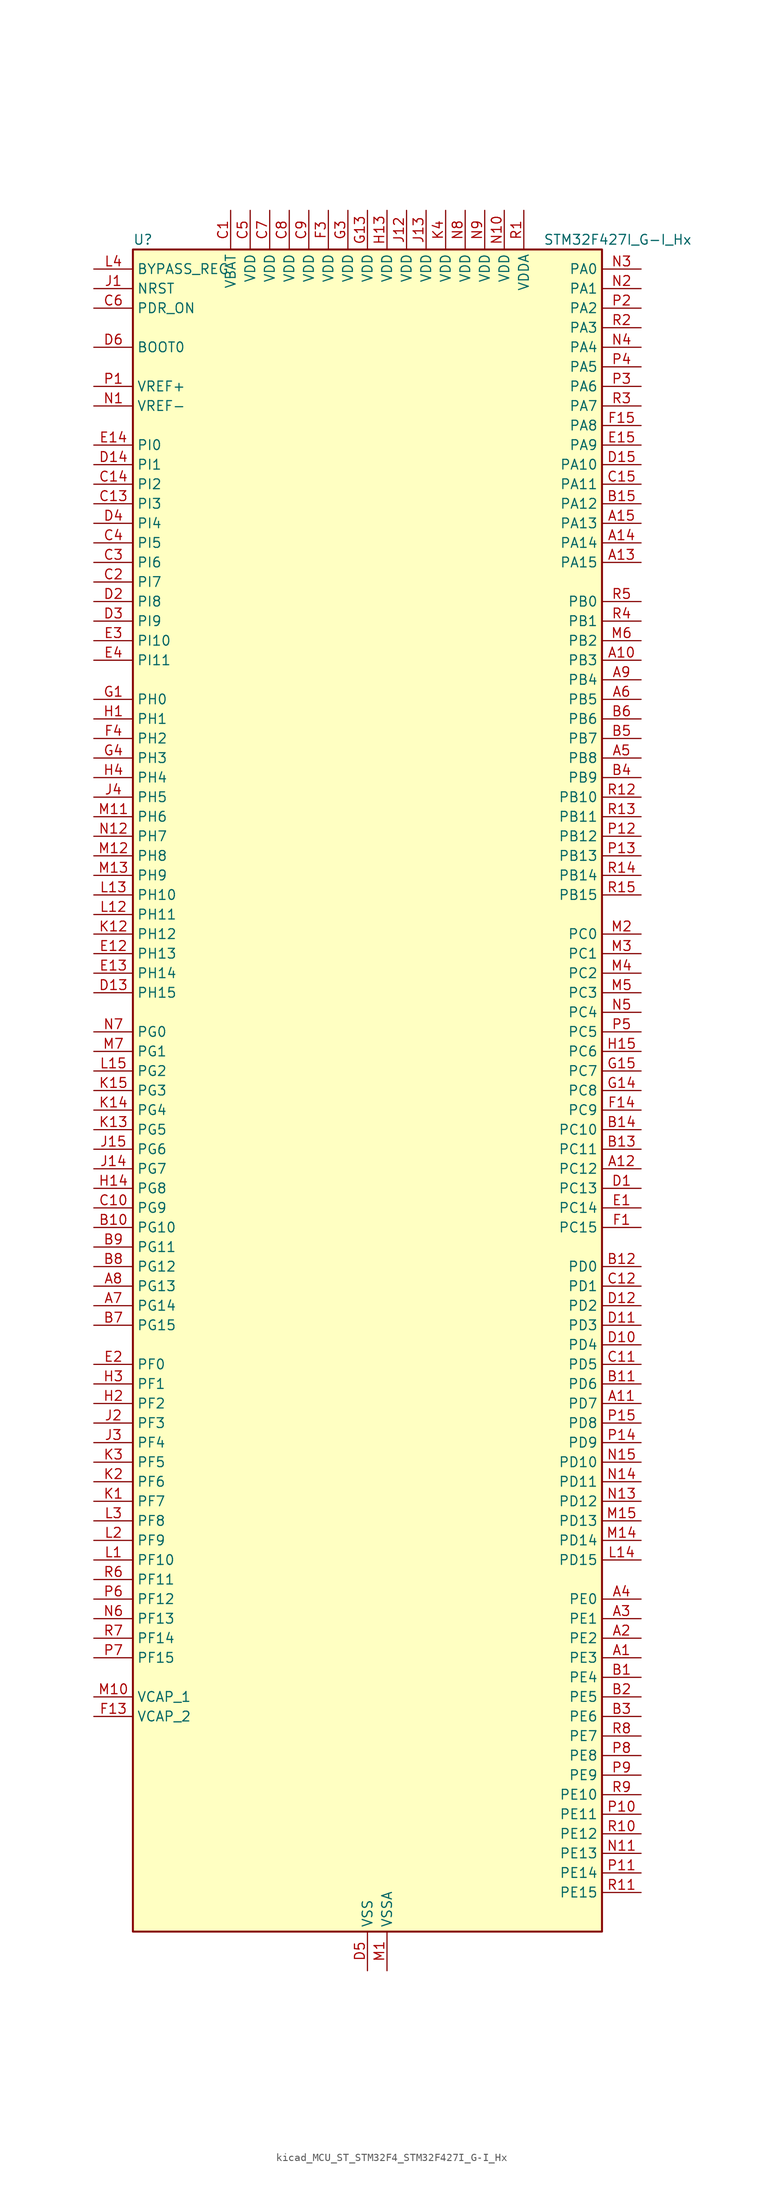
<source format=kicad_sym>
(kicad_symbol_lib
  (version 20220914)
  (generator kicad_symbol_editor)
  (symbol "kicad_MCU_ST_STM32F4_STM32F427I_G-I_Hx"
    (property "Reference" "U"
      (at -30.48 110.49 0)
      (effects (font (size 1.27 1.27)) (justify left)))
    (property "Value" "STM32F427I_G-I_Hx"
      (at 22.86 110.49 0)
      (effects (font (size 1.27 1.27)) (justify left)))
    (property "ki_locked" ""
      (at 0 0 0)
      (effects (font (size 1.27 1.27))))
    (symbol "kicad_MCU_ST_STM32F4_STM32F427I_G-I_Hx_0_1"
      (rectangle (start -30.48 -109.22) (end 30.48 109.22) (stroke (width 0.254) (type default)) (fill (type background))))
    (symbol "kicad_MCU_ST_STM32F4_STM32F427I_G-I_Hx_1_1"
      (pin bidirectional line (at 35.56 -73.66 180) (length 5.08) (name "PE3" (effects (font (size 1.27 1.27)))) (number "A1" (effects (font (size 1.27 1.27)))) (alternate "FMC_A19" bidirectional line) (alternate "SAI1_SD_B" bidirectional line) (alternate "SYS_TRACED0" bidirectional line))
      (pin bidirectional line (at 35.56 55.88 180) (length 5.08) (name "PB3" (effects (font (size 1.27 1.27)))) (number "A10" (effects (font (size 1.27 1.27)))) (alternate "I2S3_CK" bidirectional line) (alternate "SPI1_SCK" bidirectional line) (alternate "SPI3_SCK" bidirectional line) (alternate "SYS_JTDO-SWO" bidirectional line) (alternate "TIM2_CH2" bidirectional line))
      (pin bidirectional line (at 35.56 -40.64 180) (length 5.08) (name "PD7" (effects (font (size 1.27 1.27)))) (number "A11" (effects (font (size 1.27 1.27)))) (alternate "FMC_NCE2" bidirectional line) (alternate "FMC_NE1" bidirectional line) (alternate "USART2_CK" bidirectional line))
      (pin bidirectional line (at 35.56 -10.16 180) (length 5.08) (name "PC12" (effects (font (size 1.27 1.27)))) (number "A12" (effects (font (size 1.27 1.27)))) (alternate "DCMI_D9" bidirectional line) (alternate "I2S3_SD" bidirectional line) (alternate "SDIO_CK" bidirectional line) (alternate "SPI3_MOSI" bidirectional line) (alternate "UART5_TX" bidirectional line) (alternate "USART3_CK" bidirectional line))
      (pin bidirectional line (at 35.56 68.58 180) (length 5.08) (name "PA15" (effects (font (size 1.27 1.27)))) (number "A13" (effects (font (size 1.27 1.27)))) (alternate "ADC1_EXTI15" bidirectional line) (alternate "ADC2_EXTI15" bidirectional line) (alternate "ADC3_EXTI15" bidirectional line) (alternate "I2S3_WS" bidirectional line) (alternate "SPI1_NSS" bidirectional line) (alternate "SPI3_NSS" bidirectional line) (alternate "SYS_JTDI" bidirectional line) (alternate "TIM2_CH1" bidirectional line) (alternate "TIM2_ETR" bidirectional line))
      (pin bidirectional line (at 35.56 71.12 180) (length 5.08) (name "PA14" (effects (font (size 1.27 1.27)))) (number "A14" (effects (font (size 1.27 1.27)))) (alternate "SYS_JTCK-SWCLK" bidirectional line))
      (pin bidirectional line (at 35.56 73.66 180) (length 5.08) (name "PA13" (effects (font (size 1.27 1.27)))) (number "A15" (effects (font (size 1.27 1.27)))) (alternate "SYS_JTMS-SWDIO" bidirectional line))
      (pin bidirectional line (at 35.56 -71.12 180) (length 5.08) (name "PE2" (effects (font (size 1.27 1.27)))) (number "A2" (effects (font (size 1.27 1.27)))) (alternate "ETH_TXD3" bidirectional line) (alternate "FMC_A23" bidirectional line) (alternate "SAI1_MCLK_A" bidirectional line) (alternate "SPI4_SCK" bidirectional line) (alternate "SYS_TRACECLK" bidirectional line))
      (pin bidirectional line (at 35.56 -68.58 180) (length 5.08) (name "PE1" (effects (font (size 1.27 1.27)))) (number "A3" (effects (font (size 1.27 1.27)))) (alternate "DCMI_D3" bidirectional line) (alternate "FMC_NBL1" bidirectional line) (alternate "UART8_TX" bidirectional line))
      (pin bidirectional line (at 35.56 -66.04 180) (length 5.08) (name "PE0" (effects (font (size 1.27 1.27)))) (number "A4" (effects (font (size 1.27 1.27)))) (alternate "DCMI_D2" bidirectional line) (alternate "FMC_NBL0" bidirectional line) (alternate "TIM4_ETR" bidirectional line) (alternate "UART8_RX" bidirectional line))
      (pin bidirectional line (at 35.56 43.18 180) (length 5.08) (name "PB8" (effects (font (size 1.27 1.27)))) (number "A5" (effects (font (size 1.27 1.27)))) (alternate "CAN1_RX" bidirectional line) (alternate "DCMI_D6" bidirectional line) (alternate "ETH_TXD3" bidirectional line) (alternate "I2C1_SCL" bidirectional line) (alternate "SDIO_D4" bidirectional line) (alternate "TIM10_CH1" bidirectional line) (alternate "TIM4_CH3" bidirectional line))
      (pin bidirectional line (at 35.56 50.8 180) (length 5.08) (name "PB5" (effects (font (size 1.27 1.27)))) (number "A6" (effects (font (size 1.27 1.27)))) (alternate "CAN2_RX" bidirectional line) (alternate "DCMI_D10" bidirectional line) (alternate "ETH_PPS_OUT" bidirectional line) (alternate "FMC_SDCKE1" bidirectional line) (alternate "I2C1_SMBA" bidirectional line) (alternate "I2S3_SD" bidirectional line) (alternate "SPI1_MOSI" bidirectional line) (alternate "SPI3_MOSI" bidirectional line) (alternate "TIM3_CH2" bidirectional line) (alternate "USB_OTG_HS_ULPI_D7" bidirectional line))
      (pin bidirectional line (at -35.56 -27.94 0) (length 5.08) (name "PG14" (effects (font (size 1.27 1.27)))) (number "A7" (effects (font (size 1.27 1.27)))) (alternate "ETH_TXD1" bidirectional line) (alternate "FMC_A25" bidirectional line) (alternate "SPI6_MOSI" bidirectional line) (alternate "USART6_TX" bidirectional line))
      (pin bidirectional line (at -35.56 -25.4 0) (length 5.08) (name "PG13" (effects (font (size 1.27 1.27)))) (number "A8" (effects (font (size 1.27 1.27)))) (alternate "ETH_TXD0" bidirectional line) (alternate "FMC_A24" bidirectional line) (alternate "SPI6_SCK" bidirectional line) (alternate "USART6_CTS" bidirectional line))
      (pin bidirectional line (at 35.56 53.34 180) (length 5.08) (name "PB4" (effects (font (size 1.27 1.27)))) (number "A9" (effects (font (size 1.27 1.27)))) (alternate "I2S3_ext_SD" bidirectional line) (alternate "SPI1_MISO" bidirectional line) (alternate "SPI3_MISO" bidirectional line) (alternate "SYS_JTRST" bidirectional line) (alternate "TIM3_CH1" bidirectional line))
      (pin bidirectional line (at 35.56 -76.2 180) (length 5.08) (name "PE4" (effects (font (size 1.27 1.27)))) (number "B1" (effects (font (size 1.27 1.27)))) (alternate "DCMI_D4" bidirectional line) (alternate "FMC_A20" bidirectional line) (alternate "SAI1_FS_A" bidirectional line) (alternate "SPI4_NSS" bidirectional line) (alternate "SYS_TRACED1" bidirectional line))
      (pin bidirectional line (at -35.56 -17.78 0) (length 5.08) (name "PG10" (effects (font (size 1.27 1.27)))) (number "B10" (effects (font (size 1.27 1.27)))) (alternate "DCMI_D2" bidirectional line) (alternate "FMC_NCE4_1" bidirectional line) (alternate "FMC_NE3" bidirectional line))
      (pin bidirectional line (at 35.56 -38.1 180) (length 5.08) (name "PD6" (effects (font (size 1.27 1.27)))) (number "B11" (effects (font (size 1.27 1.27)))) (alternate "DCMI_D10" bidirectional line) (alternate "FMC_NWAIT" bidirectional line) (alternate "I2S3_SD" bidirectional line) (alternate "SAI1_SD_A" bidirectional line) (alternate "SPI3_MOSI" bidirectional line) (alternate "USART2_RX" bidirectional line))
      (pin bidirectional line (at 35.56 -22.86 180) (length 5.08) (name "PD0" (effects (font (size 1.27 1.27)))) (number "B12" (effects (font (size 1.27 1.27)))) (alternate "CAN1_RX" bidirectional line) (alternate "FMC_D2" bidirectional line) (alternate "FMC_DA2" bidirectional line))
      (pin bidirectional line (at 35.56 -7.62 180) (length 5.08) (name "PC11" (effects (font (size 1.27 1.27)))) (number "B13" (effects (font (size 1.27 1.27)))) (alternate "ADC1_EXTI11" bidirectional line) (alternate "ADC2_EXTI11" bidirectional line) (alternate "ADC3_EXTI11" bidirectional line) (alternate "DCMI_D4" bidirectional line) (alternate "I2S3_ext_SD" bidirectional line) (alternate "SDIO_D3" bidirectional line) (alternate "SPI3_MISO" bidirectional line) (alternate "UART4_RX" bidirectional line) (alternate "USART3_RX" bidirectional line))
      (pin bidirectional line (at 35.56 -5.08 180) (length 5.08) (name "PC10" (effects (font (size 1.27 1.27)))) (number "B14" (effects (font (size 1.27 1.27)))) (alternate "DCMI_D8" bidirectional line) (alternate "I2S3_CK" bidirectional line) (alternate "SDIO_D2" bidirectional line) (alternate "SPI3_SCK" bidirectional line) (alternate "UART4_TX" bidirectional line) (alternate "USART3_TX" bidirectional line))
      (pin bidirectional line (at 35.56 76.2 180) (length 5.08) (name "PA12" (effects (font (size 1.27 1.27)))) (number "B15" (effects (font (size 1.27 1.27)))) (alternate "CAN1_TX" bidirectional line) (alternate "TIM1_ETR" bidirectional line) (alternate "USART1_RTS" bidirectional line) (alternate "USB_OTG_FS_DP" bidirectional line))
      (pin bidirectional line (at 35.56 -78.74 180) (length 5.08) (name "PE5" (effects (font (size 1.27 1.27)))) (number "B2" (effects (font (size 1.27 1.27)))) (alternate "DCMI_D6" bidirectional line) (alternate "FMC_A21" bidirectional line) (alternate "SAI1_SCK_A" bidirectional line) (alternate "SPI4_MISO" bidirectional line) (alternate "SYS_TRACED2" bidirectional line) (alternate "TIM9_CH1" bidirectional line))
      (pin bidirectional line (at 35.56 -81.28 180) (length 5.08) (name "PE6" (effects (font (size 1.27 1.27)))) (number "B3" (effects (font (size 1.27 1.27)))) (alternate "DCMI_D7" bidirectional line) (alternate "FMC_A22" bidirectional line) (alternate "SAI1_SD_A" bidirectional line) (alternate "SPI4_MOSI" bidirectional line) (alternate "SYS_TRACED3" bidirectional line) (alternate "TIM9_CH2" bidirectional line))
      (pin bidirectional line (at 35.56 40.64 180) (length 5.08) (name "PB9" (effects (font (size 1.27 1.27)))) (number "B4" (effects (font (size 1.27 1.27)))) (alternate "CAN1_TX" bidirectional line) (alternate "DAC_EXTI9" bidirectional line) (alternate "DCMI_D7" bidirectional line) (alternate "I2C1_SDA" bidirectional line) (alternate "I2S2_WS" bidirectional line) (alternate "SDIO_D5" bidirectional line) (alternate "SPI2_NSS" bidirectional line) (alternate "TIM11_CH1" bidirectional line) (alternate "TIM4_CH4" bidirectional line))
      (pin bidirectional line (at 35.56 45.72 180) (length 5.08) (name "PB7" (effects (font (size 1.27 1.27)))) (number "B5" (effects (font (size 1.27 1.27)))) (alternate "DCMI_VSYNC" bidirectional line) (alternate "FMC_NL" bidirectional line) (alternate "I2C1_SDA" bidirectional line) (alternate "TIM4_CH2" bidirectional line) (alternate "USART1_RX" bidirectional line))
      (pin bidirectional line (at 35.56 48.26 180) (length 5.08) (name "PB6" (effects (font (size 1.27 1.27)))) (number "B6" (effects (font (size 1.27 1.27)))) (alternate "CAN2_TX" bidirectional line) (alternate "DCMI_D5" bidirectional line) (alternate "FMC_SDNE1" bidirectional line) (alternate "I2C1_SCL" bidirectional line) (alternate "TIM4_CH1" bidirectional line) (alternate "USART1_TX" bidirectional line))
      (pin bidirectional line (at -35.56 -30.48 0) (length 5.08) (name "PG15" (effects (font (size 1.27 1.27)))) (number "B7" (effects (font (size 1.27 1.27)))) (alternate "ADC1_EXTI15" bidirectional line) (alternate "ADC2_EXTI15" bidirectional line) (alternate "ADC3_EXTI15" bidirectional line) (alternate "DCMI_D13" bidirectional line) (alternate "FMC_SDNCAS" bidirectional line) (alternate "USART6_CTS" bidirectional line))
      (pin bidirectional line (at -35.56 -22.86 0) (length 5.08) (name "PG12" (effects (font (size 1.27 1.27)))) (number "B8" (effects (font (size 1.27 1.27)))) (alternate "FMC_NE4" bidirectional line) (alternate "SPI6_MISO" bidirectional line) (alternate "USART6_RTS" bidirectional line))
      (pin bidirectional line (at -35.56 -20.32 0) (length 5.08) (name "PG11" (effects (font (size 1.27 1.27)))) (number "B9" (effects (font (size 1.27 1.27)))) (alternate "ADC1_EXTI11" bidirectional line) (alternate "ADC2_EXTI11" bidirectional line) (alternate "ADC3_EXTI11" bidirectional line) (alternate "DCMI_D3" bidirectional line) (alternate "ETH_TX_EN" bidirectional line) (alternate "FMC_NCE4_2" bidirectional line))
      (pin power_in line (at -17.78 114.3 270) (length 5.08) (name "VBAT" (effects (font (size 1.27 1.27)))) (number "C1" (effects (font (size 1.27 1.27)))))
      (pin bidirectional line (at -35.56 -15.24 0) (length 5.08) (name "PG9" (effects (font (size 1.27 1.27)))) (number "C10" (effects (font (size 1.27 1.27)))) (alternate "DAC_EXTI9" bidirectional line) (alternate "DCMI_VSYNC" bidirectional line) (alternate "FMC_NCE3" bidirectional line) (alternate "FMC_NE2" bidirectional line) (alternate "USART6_RX" bidirectional line))
      (pin bidirectional line (at 35.56 -35.56 180) (length 5.08) (name "PD5" (effects (font (size 1.27 1.27)))) (number "C11" (effects (font (size 1.27 1.27)))) (alternate "FMC_NWE" bidirectional line) (alternate "USART2_TX" bidirectional line))
      (pin bidirectional line (at 35.56 -25.4 180) (length 5.08) (name "PD1" (effects (font (size 1.27 1.27)))) (number "C12" (effects (font (size 1.27 1.27)))) (alternate "CAN1_TX" bidirectional line) (alternate "FMC_D3" bidirectional line) (alternate "FMC_DA3" bidirectional line))
      (pin bidirectional line (at -35.56 76.2 0) (length 5.08) (name "PI3" (effects (font (size 1.27 1.27)))) (number "C13" (effects (font (size 1.27 1.27)))) (alternate "DCMI_D10" bidirectional line) (alternate "FMC_D27" bidirectional line) (alternate "I2S2_SD" bidirectional line) (alternate "SPI2_MOSI" bidirectional line) (alternate "TIM8_ETR" bidirectional line))
      (pin bidirectional line (at -35.56 78.74 0) (length 5.08) (name "PI2" (effects (font (size 1.27 1.27)))) (number "C14" (effects (font (size 1.27 1.27)))) (alternate "DCMI_D9" bidirectional line) (alternate "FMC_D26" bidirectional line) (alternate "I2S2_ext_SD" bidirectional line) (alternate "SPI2_MISO" bidirectional line) (alternate "TIM8_CH4" bidirectional line))
      (pin bidirectional line (at 35.56 78.74 180) (length 5.08) (name "PA11" (effects (font (size 1.27 1.27)))) (number "C15" (effects (font (size 1.27 1.27)))) (alternate "ADC1_EXTI11" bidirectional line) (alternate "ADC2_EXTI11" bidirectional line) (alternate "ADC3_EXTI11" bidirectional line) (alternate "CAN1_RX" bidirectional line) (alternate "TIM1_CH4" bidirectional line) (alternate "USART1_CTS" bidirectional line) (alternate "USB_OTG_FS_DM" bidirectional line))
      (pin bidirectional line (at -35.56 66.04 0) (length 5.08) (name "PI7" (effects (font (size 1.27 1.27)))) (number "C2" (effects (font (size 1.27 1.27)))) (alternate "DCMI_D7" bidirectional line) (alternate "FMC_D29" bidirectional line) (alternate "TIM8_CH3" bidirectional line))
      (pin bidirectional line (at -35.56 68.58 0) (length 5.08) (name "PI6" (effects (font (size 1.27 1.27)))) (number "C3" (effects (font (size 1.27 1.27)))) (alternate "DCMI_D6" bidirectional line) (alternate "FMC_D28" bidirectional line) (alternate "TIM8_CH2" bidirectional line))
      (pin bidirectional line (at -35.56 71.12 0) (length 5.08) (name "PI5" (effects (font (size 1.27 1.27)))) (number "C4" (effects (font (size 1.27 1.27)))) (alternate "DCMI_VSYNC" bidirectional line) (alternate "FMC_NBL3" bidirectional line) (alternate "TIM8_CH1" bidirectional line))
      (pin power_in line (at -15.24 114.3 270) (length 5.08) (name "VDD" (effects (font (size 1.27 1.27)))) (number "C5" (effects (font (size 1.27 1.27)))))
      (pin input line (at -35.56 101.6 0) (length 5.08) (name "PDR_ON" (effects (font (size 1.27 1.27)))) (number "C6" (effects (font (size 1.27 1.27)))))
      (pin power_in line (at -12.7 114.3 270) (length 5.08) (name "VDD" (effects (font (size 1.27 1.27)))) (number "C7" (effects (font (size 1.27 1.27)))))
      (pin power_in line (at -10.16 114.3 270) (length 5.08) (name "VDD" (effects (font (size 1.27 1.27)))) (number "C8" (effects (font (size 1.27 1.27)))))
      (pin power_in line (at -7.62 114.3 270) (length 5.08) (name "VDD" (effects (font (size 1.27 1.27)))) (number "C9" (effects (font (size 1.27 1.27)))))
      (pin bidirectional line (at 35.56 -12.7 180) (length 5.08) (name "PC13" (effects (font (size 1.27 1.27)))) (number "D1" (effects (font (size 1.27 1.27)))) (alternate "RTC_AF1" bidirectional line))
      (pin bidirectional line (at 35.56 -33.02 180) (length 5.08) (name "PD4" (effects (font (size 1.27 1.27)))) (number "D10" (effects (font (size 1.27 1.27)))) (alternate "FMC_NOE" bidirectional line) (alternate "USART2_RTS" bidirectional line))
      (pin bidirectional line (at 35.56 -30.48 180) (length 5.08) (name "PD3" (effects (font (size 1.27 1.27)))) (number "D11" (effects (font (size 1.27 1.27)))) (alternate "DCMI_D5" bidirectional line) (alternate "FMC_CLK" bidirectional line) (alternate "I2S2_CK" bidirectional line) (alternate "SPI2_SCK" bidirectional line) (alternate "USART2_CTS" bidirectional line))
      (pin bidirectional line (at 35.56 -27.94 180) (length 5.08) (name "PD2" (effects (font (size 1.27 1.27)))) (number "D12" (effects (font (size 1.27 1.27)))) (alternate "DCMI_D11" bidirectional line) (alternate "SDIO_CMD" bidirectional line) (alternate "TIM3_ETR" bidirectional line) (alternate "UART5_RX" bidirectional line))
      (pin bidirectional line (at -35.56 12.7 0) (length 5.08) (name "PH15" (effects (font (size 1.27 1.27)))) (number "D13" (effects (font (size 1.27 1.27)))) (alternate "ADC1_EXTI15" bidirectional line) (alternate "ADC2_EXTI15" bidirectional line) (alternate "ADC3_EXTI15" bidirectional line) (alternate "DCMI_D11" bidirectional line) (alternate "FMC_D23" bidirectional line) (alternate "TIM8_CH3N" bidirectional line))
      (pin bidirectional line (at -35.56 81.28 0) (length 5.08) (name "PI1" (effects (font (size 1.27 1.27)))) (number "D14" (effects (font (size 1.27 1.27)))) (alternate "DCMI_D8" bidirectional line) (alternate "FMC_D25" bidirectional line) (alternate "I2S2_CK" bidirectional line) (alternate "SPI2_SCK" bidirectional line))
      (pin bidirectional line (at 35.56 81.28 180) (length 5.08) (name "PA10" (effects (font (size 1.27 1.27)))) (number "D15" (effects (font (size 1.27 1.27)))) (alternate "DCMI_D1" bidirectional line) (alternate "TIM1_CH3" bidirectional line) (alternate "USART1_RX" bidirectional line) (alternate "USB_OTG_FS_ID" bidirectional line))
      (pin bidirectional line (at -35.56 63.5 0) (length 5.08) (name "PI8" (effects (font (size 1.27 1.27)))) (number "D2" (effects (font (size 1.27 1.27)))) (alternate "RTC_AF2" bidirectional line))
      (pin bidirectional line (at -35.56 60.96 0) (length 5.08) (name "PI9" (effects (font (size 1.27 1.27)))) (number "D3" (effects (font (size 1.27 1.27)))) (alternate "CAN1_RX" bidirectional line) (alternate "DAC_EXTI9" bidirectional line) (alternate "FMC_D30" bidirectional line))
      (pin bidirectional line (at -35.56 73.66 0) (length 5.08) (name "PI4" (effects (font (size 1.27 1.27)))) (number "D4" (effects (font (size 1.27 1.27)))) (alternate "DCMI_D5" bidirectional line) (alternate "FMC_NBL2" bidirectional line) (alternate "TIM8_BKIN" bidirectional line))
      (pin power_in line (at 0 -114.3 90) (length 5.08) (name "VSS" (effects (font (size 1.27 1.27)))) (number "D5" (effects (font (size 1.27 1.27)))))
      (pin input line (at -35.56 96.52 0) (length 5.08) (name "BOOT0" (effects (font (size 1.27 1.27)))) (number "D6" (effects (font (size 1.27 1.27)))))
      (pin passive line (at 0 -114.3 90) (length 5.08) hide (name "VSS" (effects (font (size 1.27 1.27)))) (number "D7" (effects (font (size 1.27 1.27)))))
      (pin passive line (at 0 -114.3 90) (length 5.08) hide (name "VSS" (effects (font (size 1.27 1.27)))) (number "D8" (effects (font (size 1.27 1.27)))))
      (pin passive line (at 0 -114.3 90) (length 5.08) hide (name "VSS" (effects (font (size 1.27 1.27)))) (number "D9" (effects (font (size 1.27 1.27)))))
      (pin bidirectional line (at 35.56 -15.24 180) (length 5.08) (name "PC14" (effects (font (size 1.27 1.27)))) (number "E1" (effects (font (size 1.27 1.27)))) (alternate "RCC_OSC32_IN" bidirectional line))
      (pin bidirectional line (at -35.56 17.78 0) (length 5.08) (name "PH13" (effects (font (size 1.27 1.27)))) (number "E12" (effects (font (size 1.27 1.27)))) (alternate "CAN1_TX" bidirectional line) (alternate "FMC_D21" bidirectional line) (alternate "TIM8_CH1N" bidirectional line))
      (pin bidirectional line (at -35.56 15.24 0) (length 5.08) (name "PH14" (effects (font (size 1.27 1.27)))) (number "E13" (effects (font (size 1.27 1.27)))) (alternate "DCMI_D4" bidirectional line) (alternate "FMC_D22" bidirectional line) (alternate "TIM8_CH2N" bidirectional line))
      (pin bidirectional line (at -35.56 83.82 0) (length 5.08) (name "PI0" (effects (font (size 1.27 1.27)))) (number "E14" (effects (font (size 1.27 1.27)))) (alternate "DCMI_D13" bidirectional line) (alternate "FMC_D24" bidirectional line) (alternate "I2S2_WS" bidirectional line) (alternate "SPI2_NSS" bidirectional line) (alternate "TIM5_CH4" bidirectional line))
      (pin bidirectional line (at 35.56 83.82 180) (length 5.08) (name "PA9" (effects (font (size 1.27 1.27)))) (number "E15" (effects (font (size 1.27 1.27)))) (alternate "DAC_EXTI9" bidirectional line) (alternate "DCMI_D0" bidirectional line) (alternate "I2C3_SMBA" bidirectional line) (alternate "TIM1_CH2" bidirectional line) (alternate "USART1_TX" bidirectional line) (alternate "USB_OTG_FS_VBUS" bidirectional line))
      (pin bidirectional line (at -35.56 -35.56 0) (length 5.08) (name "PF0" (effects (font (size 1.27 1.27)))) (number "E2" (effects (font (size 1.27 1.27)))) (alternate "FMC_A0" bidirectional line) (alternate "I2C2_SDA" bidirectional line))
      (pin bidirectional line (at -35.56 58.42 0) (length 5.08) (name "PI10" (effects (font (size 1.27 1.27)))) (number "E3" (effects (font (size 1.27 1.27)))) (alternate "ETH_RX_ER" bidirectional line) (alternate "FMC_D31" bidirectional line))
      (pin bidirectional line (at -35.56 55.88 0) (length 5.08) (name "PI11" (effects (font (size 1.27 1.27)))) (number "E4" (effects (font (size 1.27 1.27)))) (alternate "ADC1_EXTI11" bidirectional line) (alternate "ADC2_EXTI11" bidirectional line) (alternate "ADC3_EXTI11" bidirectional line) (alternate "USB_OTG_HS_ULPI_DIR" bidirectional line))
      (pin bidirectional line (at 35.56 -17.78 180) (length 5.08) (name "PC15" (effects (font (size 1.27 1.27)))) (number "F1" (effects (font (size 1.27 1.27)))) (alternate "ADC1_EXTI15" bidirectional line) (alternate "ADC2_EXTI15" bidirectional line) (alternate "ADC3_EXTI15" bidirectional line) (alternate "RCC_OSC32_OUT" bidirectional line))
      (pin passive line (at 0 -114.3 90) (length 5.08) hide (name "VSS" (effects (font (size 1.27 1.27)))) (number "F10" (effects (font (size 1.27 1.27)))))
      (pin passive line (at 0 -114.3 90) (length 5.08) hide (name "VSS" (effects (font (size 1.27 1.27)))) (number "F12" (effects (font (size 1.27 1.27)))))
      (pin power_out line (at -35.56 -81.28 0) (length 5.08) (name "VCAP_2" (effects (font (size 1.27 1.27)))) (number "F13" (effects (font (size 1.27 1.27)))))
      (pin bidirectional line (at 35.56 -2.54 180) (length 5.08) (name "PC9" (effects (font (size 1.27 1.27)))) (number "F14" (effects (font (size 1.27 1.27)))) (alternate "DAC_EXTI9" bidirectional line) (alternate "DCMI_D3" bidirectional line) (alternate "I2C3_SDA" bidirectional line) (alternate "I2S_CKIN" bidirectional line) (alternate "RCC_MCO_2" bidirectional line) (alternate "SDIO_D1" bidirectional line) (alternate "TIM3_CH4" bidirectional line) (alternate "TIM8_CH4" bidirectional line))
      (pin bidirectional line (at 35.56 86.36 180) (length 5.08) (name "PA8" (effects (font (size 1.27 1.27)))) (number "F15" (effects (font (size 1.27 1.27)))) (alternate "I2C3_SCL" bidirectional line) (alternate "RCC_MCO_1" bidirectional line) (alternate "TIM1_CH1" bidirectional line) (alternate "USART1_CK" bidirectional line) (alternate "USB_OTG_FS_SOF" bidirectional line))
      (pin passive line (at 0 -114.3 90) (length 5.08) hide (name "VSS" (effects (font (size 1.27 1.27)))) (number "F2" (effects (font (size 1.27 1.27)))))
      (pin power_in line (at -5.08 114.3 270) (length 5.08) (name "VDD" (effects (font (size 1.27 1.27)))) (number "F3" (effects (font (size 1.27 1.27)))))
      (pin bidirectional line (at -35.56 45.72 0) (length 5.08) (name "PH2" (effects (font (size 1.27 1.27)))) (number "F4" (effects (font (size 1.27 1.27)))) (alternate "ETH_CRS" bidirectional line) (alternate "FMC_SDCKE0" bidirectional line))
      (pin passive line (at 0 -114.3 90) (length 5.08) hide (name "VSS" (effects (font (size 1.27 1.27)))) (number "F6" (effects (font (size 1.27 1.27)))))
      (pin passive line (at 0 -114.3 90) (length 5.08) hide (name "VSS" (effects (font (size 1.27 1.27)))) (number "F7" (effects (font (size 1.27 1.27)))))
      (pin passive line (at 0 -114.3 90) (length 5.08) hide (name "VSS" (effects (font (size 1.27 1.27)))) (number "F8" (effects (font (size 1.27 1.27)))))
      (pin passive line (at 0 -114.3 90) (length 5.08) hide (name "VSS" (effects (font (size 1.27 1.27)))) (number "F9" (effects (font (size 1.27 1.27)))))
      (pin bidirectional line (at -35.56 50.8 0) (length 5.08) (name "PH0" (effects (font (size 1.27 1.27)))) (number "G1" (effects (font (size 1.27 1.27)))) (alternate "RCC_OSC_IN" bidirectional line))
      (pin passive line (at 0 -114.3 90) (length 5.08) hide (name "VSS" (effects (font (size 1.27 1.27)))) (number "G10" (effects (font (size 1.27 1.27)))))
      (pin passive line (at 0 -114.3 90) (length 5.08) hide (name "VSS" (effects (font (size 1.27 1.27)))) (number "G12" (effects (font (size 1.27 1.27)))))
      (pin power_in line (at 0 114.3 270) (length 5.08) (name "VDD" (effects (font (size 1.27 1.27)))) (number "G13" (effects (font (size 1.27 1.27)))))
      (pin bidirectional line (at 35.56 0 180) (length 5.08) (name "PC8" (effects (font (size 1.27 1.27)))) (number "G14" (effects (font (size 1.27 1.27)))) (alternate "DCMI_D2" bidirectional line) (alternate "SDIO_D0" bidirectional line) (alternate "TIM3_CH3" bidirectional line) (alternate "TIM8_CH3" bidirectional line) (alternate "USART6_CK" bidirectional line))
      (pin bidirectional line (at 35.56 2.54 180) (length 5.08) (name "PC7" (effects (font (size 1.27 1.27)))) (number "G15" (effects (font (size 1.27 1.27)))) (alternate "DCMI_D1" bidirectional line) (alternate "I2S3_MCK" bidirectional line) (alternate "SDIO_D7" bidirectional line) (alternate "TIM3_CH2" bidirectional line) (alternate "TIM8_CH2" bidirectional line) (alternate "USART6_RX" bidirectional line))
      (pin passive line (at 0 -114.3 90) (length 5.08) hide (name "VSS" (effects (font (size 1.27 1.27)))) (number "G2" (effects (font (size 1.27 1.27)))))
      (pin power_in line (at -2.54 114.3 270) (length 5.08) (name "VDD" (effects (font (size 1.27 1.27)))) (number "G3" (effects (font (size 1.27 1.27)))))
      (pin bidirectional line (at -35.56 43.18 0) (length 5.08) (name "PH3" (effects (font (size 1.27 1.27)))) (number "G4" (effects (font (size 1.27 1.27)))) (alternate "ETH_COL" bidirectional line) (alternate "FMC_SDNE0" bidirectional line))
      (pin passive line (at 0 -114.3 90) (length 5.08) hide (name "VSS" (effects (font (size 1.27 1.27)))) (number "G6" (effects (font (size 1.27 1.27)))))
      (pin passive line (at 0 -114.3 90) (length 5.08) hide (name "VSS" (effects (font (size 1.27 1.27)))) (number "G7" (effects (font (size 1.27 1.27)))))
      (pin passive line (at 0 -114.3 90) (length 5.08) hide (name "VSS" (effects (font (size 1.27 1.27)))) (number "G8" (effects (font (size 1.27 1.27)))))
      (pin passive line (at 0 -114.3 90) (length 5.08) hide (name "VSS" (effects (font (size 1.27 1.27)))) (number "G9" (effects (font (size 1.27 1.27)))))
      (pin bidirectional line (at -35.56 48.26 0) (length 5.08) (name "PH1" (effects (font (size 1.27 1.27)))) (number "H1" (effects (font (size 1.27 1.27)))) (alternate "RCC_OSC_OUT" bidirectional line))
      (pin passive line (at 0 -114.3 90) (length 5.08) hide (name "VSS" (effects (font (size 1.27 1.27)))) (number "H10" (effects (font (size 1.27 1.27)))))
      (pin passive line (at 0 -114.3 90) (length 5.08) hide (name "VSS" (effects (font (size 1.27 1.27)))) (number "H12" (effects (font (size 1.27 1.27)))))
      (pin power_in line (at 2.54 114.3 270) (length 5.08) (name "VDD" (effects (font (size 1.27 1.27)))) (number "H13" (effects (font (size 1.27 1.27)))))
      (pin bidirectional line (at -35.56 -12.7 0) (length 5.08) (name "PG8" (effects (font (size 1.27 1.27)))) (number "H14" (effects (font (size 1.27 1.27)))) (alternate "ETH_PPS_OUT" bidirectional line) (alternate "FMC_SDCLK" bidirectional line) (alternate "SPI6_NSS" bidirectional line) (alternate "USART6_RTS" bidirectional line))
      (pin bidirectional line (at 35.56 5.08 180) (length 5.08) (name "PC6" (effects (font (size 1.27 1.27)))) (number "H15" (effects (font (size 1.27 1.27)))) (alternate "DCMI_D0" bidirectional line) (alternate "I2S2_MCK" bidirectional line) (alternate "SDIO_D6" bidirectional line) (alternate "TIM3_CH1" bidirectional line) (alternate "TIM8_CH1" bidirectional line) (alternate "USART6_TX" bidirectional line))
      (pin bidirectional line (at -35.56 -40.64 0) (length 5.08) (name "PF2" (effects (font (size 1.27 1.27)))) (number "H2" (effects (font (size 1.27 1.27)))) (alternate "FMC_A2" bidirectional line) (alternate "I2C2_SMBA" bidirectional line))
      (pin bidirectional line (at -35.56 -38.1 0) (length 5.08) (name "PF1" (effects (font (size 1.27 1.27)))) (number "H3" (effects (font (size 1.27 1.27)))) (alternate "FMC_A1" bidirectional line) (alternate "I2C2_SCL" bidirectional line))
      (pin bidirectional line (at -35.56 40.64 0) (length 5.08) (name "PH4" (effects (font (size 1.27 1.27)))) (number "H4" (effects (font (size 1.27 1.27)))) (alternate "I2C2_SCL" bidirectional line) (alternate "USB_OTG_HS_ULPI_NXT" bidirectional line))
      (pin passive line (at 0 -114.3 90) (length 5.08) hide (name "VSS" (effects (font (size 1.27 1.27)))) (number "H6" (effects (font (size 1.27 1.27)))))
      (pin passive line (at 0 -114.3 90) (length 5.08) hide (name "VSS" (effects (font (size 1.27 1.27)))) (number "H7" (effects (font (size 1.27 1.27)))))
      (pin passive line (at 0 -114.3 90) (length 5.08) hide (name "VSS" (effects (font (size 1.27 1.27)))) (number "H8" (effects (font (size 1.27 1.27)))))
      (pin passive line (at 0 -114.3 90) (length 5.08) hide (name "VSS" (effects (font (size 1.27 1.27)))) (number "H9" (effects (font (size 1.27 1.27)))))
      (pin input line (at -35.56 104.14 0) (length 5.08) (name "NRST" (effects (font (size 1.27 1.27)))) (number "J1" (effects (font (size 1.27 1.27)))))
      (pin passive line (at 0 -114.3 90) (length 5.08) hide (name "VSS" (effects (font (size 1.27 1.27)))) (number "J10" (effects (font (size 1.27 1.27)))))
      (pin power_in line (at 5.08 114.3 270) (length 5.08) (name "VDD" (effects (font (size 1.27 1.27)))) (number "J12" (effects (font (size 1.27 1.27)))))
      (pin power_in line (at 7.62 114.3 270) (length 5.08) (name "VDD" (effects (font (size 1.27 1.27)))) (number "J13" (effects (font (size 1.27 1.27)))))
      (pin bidirectional line (at -35.56 -10.16 0) (length 5.08) (name "PG7" (effects (font (size 1.27 1.27)))) (number "J14" (effects (font (size 1.27 1.27)))) (alternate "DCMI_D13" bidirectional line) (alternate "FMC_INT3" bidirectional line) (alternate "USART6_CK" bidirectional line))
      (pin bidirectional line (at -35.56 -7.62 0) (length 5.08) (name "PG6" (effects (font (size 1.27 1.27)))) (number "J15" (effects (font (size 1.27 1.27)))) (alternate "DCMI_D12" bidirectional line) (alternate "FMC_INT2" bidirectional line))
      (pin bidirectional line (at -35.56 -43.18 0) (length 5.08) (name "PF3" (effects (font (size 1.27 1.27)))) (number "J2" (effects (font (size 1.27 1.27)))) (alternate "ADC3_IN9" bidirectional line) (alternate "FMC_A3" bidirectional line))
      (pin bidirectional line (at -35.56 -45.72 0) (length 5.08) (name "PF4" (effects (font (size 1.27 1.27)))) (number "J3" (effects (font (size 1.27 1.27)))) (alternate "ADC3_IN14" bidirectional line) (alternate "FMC_A4" bidirectional line))
      (pin bidirectional line (at -35.56 38.1 0) (length 5.08) (name "PH5" (effects (font (size 1.27 1.27)))) (number "J4" (effects (font (size 1.27 1.27)))) (alternate "FMC_SDNWE" bidirectional line) (alternate "I2C2_SDA" bidirectional line) (alternate "SPI5_NSS" bidirectional line))
      (pin passive line (at 0 -114.3 90) (length 5.08) hide (name "VSS" (effects (font (size 1.27 1.27)))) (number "J6" (effects (font (size 1.27 1.27)))))
      (pin passive line (at 0 -114.3 90) (length 5.08) hide (name "VSS" (effects (font (size 1.27 1.27)))) (number "J7" (effects (font (size 1.27 1.27)))))
      (pin passive line (at 0 -114.3 90) (length 5.08) hide (name "VSS" (effects (font (size 1.27 1.27)))) (number "J8" (effects (font (size 1.27 1.27)))))
      (pin passive line (at 0 -114.3 90) (length 5.08) hide (name "VSS" (effects (font (size 1.27 1.27)))) (number "J9" (effects (font (size 1.27 1.27)))))
      (pin bidirectional line (at -35.56 -53.34 0) (length 5.08) (name "PF7" (effects (font (size 1.27 1.27)))) (number "K1" (effects (font (size 1.27 1.27)))) (alternate "ADC3_IN5" bidirectional line) (alternate "FMC_NREG" bidirectional line) (alternate "SAI1_MCLK_B" bidirectional line) (alternate "SPI5_SCK" bidirectional line) (alternate "TIM11_CH1" bidirectional line) (alternate "UART7_TX" bidirectional line))
      (pin passive line (at 0 -114.3 90) (length 5.08) hide (name "VSS" (effects (font (size 1.27 1.27)))) (number "K10" (effects (font (size 1.27 1.27)))))
      (pin bidirectional line (at -35.56 20.32 0) (length 5.08) (name "PH12" (effects (font (size 1.27 1.27)))) (number "K12" (effects (font (size 1.27 1.27)))) (alternate "DCMI_D3" bidirectional line) (alternate "FMC_D20" bidirectional line) (alternate "TIM5_CH3" bidirectional line))
      (pin bidirectional line (at -35.56 -5.08 0) (length 5.08) (name "PG5" (effects (font (size 1.27 1.27)))) (number "K13" (effects (font (size 1.27 1.27)))) (alternate "FMC_A15" bidirectional line) (alternate "FMC_BA1" bidirectional line))
      (pin bidirectional line (at -35.56 -2.54 0) (length 5.08) (name "PG4" (effects (font (size 1.27 1.27)))) (number "K14" (effects (font (size 1.27 1.27)))) (alternate "FMC_A14" bidirectional line) (alternate "FMC_BA0" bidirectional line))
      (pin bidirectional line (at -35.56 0 0) (length 5.08) (name "PG3" (effects (font (size 1.27 1.27)))) (number "K15" (effects (font (size 1.27 1.27)))) (alternate "FMC_A13" bidirectional line))
      (pin bidirectional line (at -35.56 -50.8 0) (length 5.08) (name "PF6" (effects (font (size 1.27 1.27)))) (number "K2" (effects (font (size 1.27 1.27)))) (alternate "ADC3_IN4" bidirectional line) (alternate "FMC_NIORD" bidirectional line) (alternate "SAI1_SD_B" bidirectional line) (alternate "SPI5_NSS" bidirectional line) (alternate "TIM10_CH1" bidirectional line) (alternate "UART7_RX" bidirectional line))
      (pin bidirectional line (at -35.56 -48.26 0) (length 5.08) (name "PF5" (effects (font (size 1.27 1.27)))) (number "K3" (effects (font (size 1.27 1.27)))) (alternate "ADC3_IN15" bidirectional line) (alternate "FMC_A5" bidirectional line))
      (pin power_in line (at 10.16 114.3 270) (length 5.08) (name "VDD" (effects (font (size 1.27 1.27)))) (number "K4" (effects (font (size 1.27 1.27)))))
      (pin passive line (at 0 -114.3 90) (length 5.08) hide (name "VSS" (effects (font (size 1.27 1.27)))) (number "K6" (effects (font (size 1.27 1.27)))))
      (pin passive line (at 0 -114.3 90) (length 5.08) hide (name "VSS" (effects (font (size 1.27 1.27)))) (number "K7" (effects (font (size 1.27 1.27)))))
      (pin passive line (at 0 -114.3 90) (length 5.08) hide (name "VSS" (effects (font (size 1.27 1.27)))) (number "K8" (effects (font (size 1.27 1.27)))))
      (pin passive line (at 0 -114.3 90) (length 5.08) hide (name "VSS" (effects (font (size 1.27 1.27)))) (number "K9" (effects (font (size 1.27 1.27)))))
      (pin bidirectional line (at -35.56 -60.96 0) (length 5.08) (name "PF10" (effects (font (size 1.27 1.27)))) (number "L1" (effects (font (size 1.27 1.27)))) (alternate "ADC3_IN8" bidirectional line) (alternate "DCMI_D11" bidirectional line) (alternate "FMC_INTR" bidirectional line))
      (pin bidirectional line (at -35.56 22.86 0) (length 5.08) (name "PH11" (effects (font (size 1.27 1.27)))) (number "L12" (effects (font (size 1.27 1.27)))) (alternate "ADC1_EXTI11" bidirectional line) (alternate "ADC2_EXTI11" bidirectional line) (alternate "ADC3_EXTI11" bidirectional line) (alternate "DCMI_D2" bidirectional line) (alternate "FMC_D19" bidirectional line) (alternate "TIM5_CH2" bidirectional line))
      (pin bidirectional line (at -35.56 25.4 0) (length 5.08) (name "PH10" (effects (font (size 1.27 1.27)))) (number "L13" (effects (font (size 1.27 1.27)))) (alternate "DCMI_D1" bidirectional line) (alternate "FMC_D18" bidirectional line) (alternate "TIM5_CH1" bidirectional line))
      (pin bidirectional line (at 35.56 -60.96 180) (length 5.08) (name "PD15" (effects (font (size 1.27 1.27)))) (number "L14" (effects (font (size 1.27 1.27)))) (alternate "ADC1_EXTI15" bidirectional line) (alternate "ADC2_EXTI15" bidirectional line) (alternate "ADC3_EXTI15" bidirectional line) (alternate "FMC_D1" bidirectional line) (alternate "FMC_DA1" bidirectional line) (alternate "TIM4_CH4" bidirectional line))
      (pin bidirectional line (at -35.56 2.54 0) (length 5.08) (name "PG2" (effects (font (size 1.27 1.27)))) (number "L15" (effects (font (size 1.27 1.27)))) (alternate "FMC_A12" bidirectional line))
      (pin bidirectional line (at -35.56 -58.42 0) (length 5.08) (name "PF9" (effects (font (size 1.27 1.27)))) (number "L2" (effects (font (size 1.27 1.27)))) (alternate "ADC3_IN7" bidirectional line) (alternate "DAC_EXTI9" bidirectional line) (alternate "FMC_CD" bidirectional line) (alternate "SAI1_FS_B" bidirectional line) (alternate "SPI5_MOSI" bidirectional line) (alternate "TIM14_CH1" bidirectional line))
      (pin bidirectional line (at -35.56 -55.88 0) (length 5.08) (name "PF8" (effects (font (size 1.27 1.27)))) (number "L3" (effects (font (size 1.27 1.27)))) (alternate "ADC3_IN6" bidirectional line) (alternate "FMC_NIOWR" bidirectional line) (alternate "SAI1_SCK_B" bidirectional line) (alternate "SPI5_MISO" bidirectional line) (alternate "TIM13_CH1" bidirectional line))
      (pin input line (at -35.56 106.68 0) (length 5.08) (name "BYPASS_REG" (effects (font (size 1.27 1.27)))) (number "L4" (effects (font (size 1.27 1.27)))))
      (pin power_in line (at 2.54 -114.3 90) (length 5.08) (name "VSSA" (effects (font (size 1.27 1.27)))) (number "M1" (effects (font (size 1.27 1.27)))))
      (pin power_out line (at -35.56 -78.74 0) (length 5.08) (name "VCAP_1" (effects (font (size 1.27 1.27)))) (number "M10" (effects (font (size 1.27 1.27)))))
      (pin bidirectional line (at -35.56 35.56 0) (length 5.08) (name "PH6" (effects (font (size 1.27 1.27)))) (number "M11" (effects (font (size 1.27 1.27)))) (alternate "DCMI_D8" bidirectional line) (alternate "ETH_RXD2" bidirectional line) (alternate "FMC_SDNE1" bidirectional line) (alternate "I2C2_SMBA" bidirectional line) (alternate "SPI5_SCK" bidirectional line) (alternate "TIM12_CH1" bidirectional line))
      (pin bidirectional line (at -35.56 30.48 0) (length 5.08) (name "PH8" (effects (font (size 1.27 1.27)))) (number "M12" (effects (font (size 1.27 1.27)))) (alternate "DCMI_HSYNC" bidirectional line) (alternate "FMC_D16" bidirectional line) (alternate "I2C3_SDA" bidirectional line))
      (pin bidirectional line (at -35.56 27.94 0) (length 5.08) (name "PH9" (effects (font (size 1.27 1.27)))) (number "M13" (effects (font (size 1.27 1.27)))) (alternate "DAC_EXTI9" bidirectional line) (alternate "DCMI_D0" bidirectional line) (alternate "FMC_D17" bidirectional line) (alternate "I2C3_SMBA" bidirectional line) (alternate "TIM12_CH2" bidirectional line))
      (pin bidirectional line (at 35.56 -58.42 180) (length 5.08) (name "PD14" (effects (font (size 1.27 1.27)))) (number "M14" (effects (font (size 1.27 1.27)))) (alternate "FMC_D0" bidirectional line) (alternate "FMC_DA0" bidirectional line) (alternate "TIM4_CH3" bidirectional line))
      (pin bidirectional line (at 35.56 -55.88 180) (length 5.08) (name "PD13" (effects (font (size 1.27 1.27)))) (number "M15" (effects (font (size 1.27 1.27)))) (alternate "FMC_A18" bidirectional line) (alternate "TIM4_CH2" bidirectional line))
      (pin bidirectional line (at 35.56 20.32 180) (length 5.08) (name "PC0" (effects (font (size 1.27 1.27)))) (number "M2" (effects (font (size 1.27 1.27)))) (alternate "ADC1_IN10" bidirectional line) (alternate "ADC2_IN10" bidirectional line) (alternate "ADC3_IN10" bidirectional line) (alternate "FMC_SDNWE" bidirectional line) (alternate "USB_OTG_HS_ULPI_STP" bidirectional line))
      (pin bidirectional line (at 35.56 17.78 180) (length 5.08) (name "PC1" (effects (font (size 1.27 1.27)))) (number "M3" (effects (font (size 1.27 1.27)))) (alternate "ADC1_IN11" bidirectional line) (alternate "ADC2_IN11" bidirectional line) (alternate "ADC3_IN11" bidirectional line) (alternate "ETH_MDC" bidirectional line))
      (pin bidirectional line (at 35.56 15.24 180) (length 5.08) (name "PC2" (effects (font (size 1.27 1.27)))) (number "M4" (effects (font (size 1.27 1.27)))) (alternate "ADC1_IN12" bidirectional line) (alternate "ADC2_IN12" bidirectional line) (alternate "ADC3_IN12" bidirectional line) (alternate "ETH_TXD2" bidirectional line) (alternate "FMC_SDNE0" bidirectional line) (alternate "I2S2_ext_SD" bidirectional line) (alternate "SPI2_MISO" bidirectional line) (alternate "USB_OTG_HS_ULPI_DIR" bidirectional line))
      (pin bidirectional line (at 35.56 12.7 180) (length 5.08) (name "PC3" (effects (font (size 1.27 1.27)))) (number "M5" (effects (font (size 1.27 1.27)))) (alternate "ADC1_IN13" bidirectional line) (alternate "ADC2_IN13" bidirectional line) (alternate "ADC3_IN13" bidirectional line) (alternate "ETH_TX_CLK" bidirectional line) (alternate "FMC_SDCKE0" bidirectional line) (alternate "I2S2_SD" bidirectional line) (alternate "SPI2_MOSI" bidirectional line) (alternate "USB_OTG_HS_ULPI_NXT" bidirectional line))
      (pin bidirectional line (at 35.56 58.42 180) (length 5.08) (name "PB2" (effects (font (size 1.27 1.27)))) (number "M6" (effects (font (size 1.27 1.27)))))
      (pin bidirectional line (at -35.56 5.08 0) (length 5.08) (name "PG1" (effects (font (size 1.27 1.27)))) (number "M7" (effects (font (size 1.27 1.27)))) (alternate "FMC_A11" bidirectional line))
      (pin passive line (at 0 -114.3 90) (length 5.08) hide (name "VSS" (effects (font (size 1.27 1.27)))) (number "M8" (effects (font (size 1.27 1.27)))))
      (pin passive line (at 0 -114.3 90) (length 5.08) hide (name "VSS" (effects (font (size 1.27 1.27)))) (number "M9" (effects (font (size 1.27 1.27)))))
      (pin input line (at -35.56 88.9 0) (length 5.08) (name "VREF-" (effects (font (size 1.27 1.27)))) (number "N1" (effects (font (size 1.27 1.27)))))
      (pin power_in line (at 17.78 114.3 270) (length 5.08) (name "VDD" (effects (font (size 1.27 1.27)))) (number "N10" (effects (font (size 1.27 1.27)))))
      (pin bidirectional line (at 35.56 -99.06 180) (length 5.08) (name "PE13" (effects (font (size 1.27 1.27)))) (number "N11" (effects (font (size 1.27 1.27)))) (alternate "FMC_D10" bidirectional line) (alternate "FMC_DA10" bidirectional line) (alternate "SPI4_MISO" bidirectional line) (alternate "TIM1_CH3" bidirectional line))
      (pin bidirectional line (at -35.56 33.02 0) (length 5.08) (name "PH7" (effects (font (size 1.27 1.27)))) (number "N12" (effects (font (size 1.27 1.27)))) (alternate "DCMI_D9" bidirectional line) (alternate "ETH_RXD3" bidirectional line) (alternate "FMC_SDCKE1" bidirectional line) (alternate "I2C3_SCL" bidirectional line) (alternate "SPI5_MISO" bidirectional line))
      (pin bidirectional line (at 35.56 -53.34 180) (length 5.08) (name "PD12" (effects (font (size 1.27 1.27)))) (number "N13" (effects (font (size 1.27 1.27)))) (alternate "FMC_A17" bidirectional line) (alternate "FMC_ALE" bidirectional line) (alternate "TIM4_CH1" bidirectional line) (alternate "USART3_RTS" bidirectional line))
      (pin bidirectional line (at 35.56 -50.8 180) (length 5.08) (name "PD11" (effects (font (size 1.27 1.27)))) (number "N14" (effects (font (size 1.27 1.27)))) (alternate "ADC1_EXTI11" bidirectional line) (alternate "ADC2_EXTI11" bidirectional line) (alternate "ADC3_EXTI11" bidirectional line) (alternate "FMC_A16" bidirectional line) (alternate "FMC_CLE" bidirectional line) (alternate "USART3_CTS" bidirectional line))
      (pin bidirectional line (at 35.56 -48.26 180) (length 5.08) (name "PD10" (effects (font (size 1.27 1.27)))) (number "N15" (effects (font (size 1.27 1.27)))) (alternate "FMC_D15" bidirectional line) (alternate "FMC_DA15" bidirectional line) (alternate "USART3_CK" bidirectional line))
      (pin bidirectional line (at 35.56 104.14 180) (length 5.08) (name "PA1" (effects (font (size 1.27 1.27)))) (number "N2" (effects (font (size 1.27 1.27)))) (alternate "ADC1_IN1" bidirectional line) (alternate "ADC2_IN1" bidirectional line) (alternate "ADC3_IN1" bidirectional line) (alternate "ETH_REF_CLK" bidirectional line) (alternate "ETH_RX_CLK" bidirectional line) (alternate "TIM2_CH2" bidirectional line) (alternate "TIM5_CH2" bidirectional line) (alternate "UART4_RX" bidirectional line) (alternate "USART2_RTS" bidirectional line))
      (pin bidirectional line (at 35.56 106.68 180) (length 5.08) (name "PA0" (effects (font (size 1.27 1.27)))) (number "N3" (effects (font (size 1.27 1.27)))) (alternate "ADC1_IN0" bidirectional line) (alternate "ADC2_IN0" bidirectional line) (alternate "ADC3_IN0" bidirectional line) (alternate "ETH_CRS" bidirectional line) (alternate "SYS_WKUP" bidirectional line) (alternate "TIM2_CH1" bidirectional line) (alternate "TIM2_ETR" bidirectional line) (alternate "TIM5_CH1" bidirectional line) (alternate "TIM8_ETR" bidirectional line) (alternate "UART4_TX" bidirectional line) (alternate "USART2_CTS" bidirectional line))
      (pin bidirectional line (at 35.56 96.52 180) (length 5.08) (name "PA4" (effects (font (size 1.27 1.27)))) (number "N4" (effects (font (size 1.27 1.27)))) (alternate "ADC1_IN4" bidirectional line) (alternate "ADC2_IN4" bidirectional line) (alternate "DAC_OUT1" bidirectional line) (alternate "DCMI_HSYNC" bidirectional line) (alternate "I2S3_WS" bidirectional line) (alternate "SPI1_NSS" bidirectional line) (alternate "SPI3_NSS" bidirectional line) (alternate "USART2_CK" bidirectional line) (alternate "USB_OTG_HS_SOF" bidirectional line))
      (pin bidirectional line (at 35.56 10.16 180) (length 5.08) (name "PC4" (effects (font (size 1.27 1.27)))) (number "N5" (effects (font (size 1.27 1.27)))) (alternate "ADC1_IN14" bidirectional line) (alternate "ADC2_IN14" bidirectional line) (alternate "ETH_RXD0" bidirectional line))
      (pin bidirectional line (at -35.56 -68.58 0) (length 5.08) (name "PF13" (effects (font (size 1.27 1.27)))) (number "N6" (effects (font (size 1.27 1.27)))) (alternate "FMC_A7" bidirectional line))
      (pin bidirectional line (at -35.56 7.62 0) (length 5.08) (name "PG0" (effects (font (size 1.27 1.27)))) (number "N7" (effects (font (size 1.27 1.27)))) (alternate "FMC_A10" bidirectional line))
      (pin power_in line (at 12.7 114.3 270) (length 5.08) (name "VDD" (effects (font (size 1.27 1.27)))) (number "N8" (effects (font (size 1.27 1.27)))))
      (pin power_in line (at 15.24 114.3 270) (length 5.08) (name "VDD" (effects (font (size 1.27 1.27)))) (number "N9" (effects (font (size 1.27 1.27)))))
      (pin input line (at -35.56 91.44 0) (length 5.08) (name "VREF+" (effects (font (size 1.27 1.27)))) (number "P1" (effects (font (size 1.27 1.27)))))
      (pin bidirectional line (at 35.56 -93.98 180) (length 5.08) (name "PE11" (effects (font (size 1.27 1.27)))) (number "P10" (effects (font (size 1.27 1.27)))) (alternate "ADC1_EXTI11" bidirectional line) (alternate "ADC2_EXTI11" bidirectional line) (alternate "ADC3_EXTI11" bidirectional line) (alternate "FMC_D8" bidirectional line) (alternate "FMC_DA8" bidirectional line) (alternate "SPI4_NSS" bidirectional line) (alternate "TIM1_CH2" bidirectional line))
      (pin bidirectional line (at 35.56 -101.6 180) (length 5.08) (name "PE14" (effects (font (size 1.27 1.27)))) (number "P11" (effects (font (size 1.27 1.27)))) (alternate "FMC_D11" bidirectional line) (alternate "FMC_DA11" bidirectional line) (alternate "SPI4_MOSI" bidirectional line) (alternate "TIM1_CH4" bidirectional line))
      (pin bidirectional line (at 35.56 33.02 180) (length 5.08) (name "PB12" (effects (font (size 1.27 1.27)))) (number "P12" (effects (font (size 1.27 1.27)))) (alternate "CAN2_RX" bidirectional line) (alternate "ETH_TXD0" bidirectional line) (alternate "I2C2_SMBA" bidirectional line) (alternate "I2S2_WS" bidirectional line) (alternate "SPI2_NSS" bidirectional line) (alternate "TIM1_BKIN" bidirectional line) (alternate "USART3_CK" bidirectional line) (alternate "USB_OTG_HS_ID" bidirectional line) (alternate "USB_OTG_HS_ULPI_D5" bidirectional line))
      (pin bidirectional line (at 35.56 30.48 180) (length 5.08) (name "PB13" (effects (font (size 1.27 1.27)))) (number "P13" (effects (font (size 1.27 1.27)))) (alternate "CAN2_TX" bidirectional line) (alternate "ETH_TXD1" bidirectional line) (alternate "I2S2_CK" bidirectional line) (alternate "SPI2_SCK" bidirectional line) (alternate "TIM1_CH1N" bidirectional line) (alternate "USART3_CTS" bidirectional line) (alternate "USB_OTG_HS_ULPI_D6" bidirectional line) (alternate "USB_OTG_HS_VBUS" bidirectional line))
      (pin bidirectional line (at 35.56 -45.72 180) (length 5.08) (name "PD9" (effects (font (size 1.27 1.27)))) (number "P14" (effects (font (size 1.27 1.27)))) (alternate "DAC_EXTI9" bidirectional line) (alternate "FMC_D14" bidirectional line) (alternate "FMC_DA14" bidirectional line) (alternate "USART3_RX" bidirectional line))
      (pin bidirectional line (at 35.56 -43.18 180) (length 5.08) (name "PD8" (effects (font (size 1.27 1.27)))) (number "P15" (effects (font (size 1.27 1.27)))) (alternate "FMC_D13" bidirectional line) (alternate "FMC_DA13" bidirectional line) (alternate "USART3_TX" bidirectional line))
      (pin bidirectional line (at 35.56 101.6 180) (length 5.08) (name "PA2" (effects (font (size 1.27 1.27)))) (number "P2" (effects (font (size 1.27 1.27)))) (alternate "ADC1_IN2" bidirectional line) (alternate "ADC2_IN2" bidirectional line) (alternate "ADC3_IN2" bidirectional line) (alternate "ETH_MDIO" bidirectional line) (alternate "TIM2_CH3" bidirectional line) (alternate "TIM5_CH3" bidirectional line) (alternate "TIM9_CH1" bidirectional line) (alternate "USART2_TX" bidirectional line))
      (pin bidirectional line (at 35.56 91.44 180) (length 5.08) (name "PA6" (effects (font (size 1.27 1.27)))) (number "P3" (effects (font (size 1.27 1.27)))) (alternate "ADC1_IN6" bidirectional line) (alternate "ADC2_IN6" bidirectional line) (alternate "DCMI_PIXCLK" bidirectional line) (alternate "SPI1_MISO" bidirectional line) (alternate "TIM13_CH1" bidirectional line) (alternate "TIM1_BKIN" bidirectional line) (alternate "TIM3_CH1" bidirectional line) (alternate "TIM8_BKIN" bidirectional line))
      (pin bidirectional line (at 35.56 93.98 180) (length 5.08) (name "PA5" (effects (font (size 1.27 1.27)))) (number "P4" (effects (font (size 1.27 1.27)))) (alternate "ADC1_IN5" bidirectional line) (alternate "ADC2_IN5" bidirectional line) (alternate "DAC_OUT2" bidirectional line) (alternate "SPI1_SCK" bidirectional line) (alternate "TIM2_CH1" bidirectional line) (alternate "TIM2_ETR" bidirectional line) (alternate "TIM8_CH1N" bidirectional line) (alternate "USB_OTG_HS_ULPI_CK" bidirectional line))
      (pin bidirectional line (at 35.56 7.62 180) (length 5.08) (name "PC5" (effects (font (size 1.27 1.27)))) (number "P5" (effects (font (size 1.27 1.27)))) (alternate "ADC1_IN15" bidirectional line) (alternate "ADC2_IN15" bidirectional line) (alternate "ETH_RXD1" bidirectional line))
      (pin bidirectional line (at -35.56 -66.04 0) (length 5.08) (name "PF12" (effects (font (size 1.27 1.27)))) (number "P6" (effects (font (size 1.27 1.27)))) (alternate "FMC_A6" bidirectional line))
      (pin bidirectional line (at -35.56 -73.66 0) (length 5.08) (name "PF15" (effects (font (size 1.27 1.27)))) (number "P7" (effects (font (size 1.27 1.27)))) (alternate "ADC1_EXTI15" bidirectional line) (alternate "ADC2_EXTI15" bidirectional line) (alternate "ADC3_EXTI15" bidirectional line) (alternate "FMC_A9" bidirectional line))
      (pin bidirectional line (at 35.56 -86.36 180) (length 5.08) (name "PE8" (effects (font (size 1.27 1.27)))) (number "P8" (effects (font (size 1.27 1.27)))) (alternate "FMC_D5" bidirectional line) (alternate "FMC_DA5" bidirectional line) (alternate "TIM1_CH1N" bidirectional line) (alternate "UART7_TX" bidirectional line))
      (pin bidirectional line (at 35.56 -88.9 180) (length 5.08) (name "PE9" (effects (font (size 1.27 1.27)))) (number "P9" (effects (font (size 1.27 1.27)))) (alternate "DAC_EXTI9" bidirectional line) (alternate "FMC_D6" bidirectional line) (alternate "FMC_DA6" bidirectional line) (alternate "TIM1_CH1" bidirectional line))
      (pin power_in line (at 20.32 114.3 270) (length 5.08) (name "VDDA" (effects (font (size 1.27 1.27)))) (number "R1" (effects (font (size 1.27 1.27)))))
      (pin bidirectional line (at 35.56 -96.52 180) (length 5.08) (name "PE12" (effects (font (size 1.27 1.27)))) (number "R10" (effects (font (size 1.27 1.27)))) (alternate "FMC_D9" bidirectional line) (alternate "FMC_DA9" bidirectional line) (alternate "SPI4_SCK" bidirectional line) (alternate "TIM1_CH3N" bidirectional line))
      (pin bidirectional line (at 35.56 -104.14 180) (length 5.08) (name "PE15" (effects (font (size 1.27 1.27)))) (number "R11" (effects (font (size 1.27 1.27)))) (alternate "ADC1_EXTI15" bidirectional line) (alternate "ADC2_EXTI15" bidirectional line) (alternate "ADC3_EXTI15" bidirectional line) (alternate "FMC_D12" bidirectional line) (alternate "FMC_DA12" bidirectional line) (alternate "TIM1_BKIN" bidirectional line))
      (pin bidirectional line (at 35.56 38.1 180) (length 5.08) (name "PB10" (effects (font (size 1.27 1.27)))) (number "R12" (effects (font (size 1.27 1.27)))) (alternate "ETH_RX_ER" bidirectional line) (alternate "I2C2_SCL" bidirectional line) (alternate "I2S2_CK" bidirectional line) (alternate "SPI2_SCK" bidirectional line) (alternate "TIM2_CH3" bidirectional line) (alternate "USART3_TX" bidirectional line) (alternate "USB_OTG_HS_ULPI_D3" bidirectional line))
      (pin bidirectional line (at 35.56 35.56 180) (length 5.08) (name "PB11" (effects (font (size 1.27 1.27)))) (number "R13" (effects (font (size 1.27 1.27)))) (alternate "ADC1_EXTI11" bidirectional line) (alternate "ADC2_EXTI11" bidirectional line) (alternate "ADC3_EXTI11" bidirectional line) (alternate "ETH_TX_EN" bidirectional line) (alternate "I2C2_SDA" bidirectional line) (alternate "TIM2_CH4" bidirectional line) (alternate "USART3_RX" bidirectional line) (alternate "USB_OTG_HS_ULPI_D4" bidirectional line))
      (pin bidirectional line (at 35.56 27.94 180) (length 5.08) (name "PB14" (effects (font (size 1.27 1.27)))) (number "R14" (effects (font (size 1.27 1.27)))) (alternate "I2S2_ext_SD" bidirectional line) (alternate "SPI2_MISO" bidirectional line) (alternate "TIM12_CH1" bidirectional line) (alternate "TIM1_CH2N" bidirectional line) (alternate "TIM8_CH2N" bidirectional line) (alternate "USART3_RTS" bidirectional line) (alternate "USB_OTG_HS_DM" bidirectional line))
      (pin bidirectional line (at 35.56 25.4 180) (length 5.08) (name "PB15" (effects (font (size 1.27 1.27)))) (number "R15" (effects (font (size 1.27 1.27)))) (alternate "ADC1_EXTI15" bidirectional line) (alternate "ADC2_EXTI15" bidirectional line) (alternate "ADC3_EXTI15" bidirectional line) (alternate "I2S2_SD" bidirectional line) (alternate "RTC_REFIN" bidirectional line) (alternate "SPI2_MOSI" bidirectional line) (alternate "TIM12_CH2" bidirectional line) (alternate "TIM1_CH3N" bidirectional line) (alternate "TIM8_CH3N" bidirectional line) (alternate "USB_OTG_HS_DP" bidirectional line))
      (pin bidirectional line (at 35.56 99.06 180) (length 5.08) (name "PA3" (effects (font (size 1.27 1.27)))) (number "R2" (effects (font (size 1.27 1.27)))) (alternate "ADC1_IN3" bidirectional line) (alternate "ADC2_IN3" bidirectional line) (alternate "ADC3_IN3" bidirectional line) (alternate "ETH_COL" bidirectional line) (alternate "TIM2_CH4" bidirectional line) (alternate "TIM5_CH4" bidirectional line) (alternate "TIM9_CH2" bidirectional line) (alternate "USART2_RX" bidirectional line) (alternate "USB_OTG_HS_ULPI_D0" bidirectional line))
      (pin bidirectional line (at 35.56 88.9 180) (length 5.08) (name "PA7" (effects (font (size 1.27 1.27)))) (number "R3" (effects (font (size 1.27 1.27)))) (alternate "ADC1_IN7" bidirectional line) (alternate "ADC2_IN7" bidirectional line) (alternate "ETH_CRS_DV" bidirectional line) (alternate "ETH_RX_DV" bidirectional line) (alternate "SPI1_MOSI" bidirectional line) (alternate "TIM14_CH1" bidirectional line) (alternate "TIM1_CH1N" bidirectional line) (alternate "TIM3_CH2" bidirectional line) (alternate "TIM8_CH1N" bidirectional line))
      (pin bidirectional line (at 35.56 60.96 180) (length 5.08) (name "PB1" (effects (font (size 1.27 1.27)))) (number "R4" (effects (font (size 1.27 1.27)))) (alternate "ADC1_IN9" bidirectional line) (alternate "ADC2_IN9" bidirectional line) (alternate "ETH_RXD3" bidirectional line) (alternate "TIM1_CH3N" bidirectional line) (alternate "TIM3_CH4" bidirectional line) (alternate "TIM8_CH3N" bidirectional line) (alternate "USB_OTG_HS_ULPI_D2" bidirectional line))
      (pin bidirectional line (at 35.56 63.5 180) (length 5.08) (name "PB0" (effects (font (size 1.27 1.27)))) (number "R5" (effects (font (size 1.27 1.27)))) (alternate "ADC1_IN8" bidirectional line) (alternate "ADC2_IN8" bidirectional line) (alternate "ETH_RXD2" bidirectional line) (alternate "TIM1_CH2N" bidirectional line) (alternate "TIM3_CH3" bidirectional line) (alternate "TIM8_CH2N" bidirectional line) (alternate "USB_OTG_HS_ULPI_D1" bidirectional line))
      (pin bidirectional line (at -35.56 -63.5 0) (length 5.08) (name "PF11" (effects (font (size 1.27 1.27)))) (number "R6" (effects (font (size 1.27 1.27)))) (alternate "ADC1_EXTI11" bidirectional line) (alternate "ADC2_EXTI11" bidirectional line) (alternate "ADC3_EXTI11" bidirectional line) (alternate "DCMI_D12" bidirectional line) (alternate "FMC_SDNRAS" bidirectional line) (alternate "SPI5_MOSI" bidirectional line))
      (pin bidirectional line (at -35.56 -71.12 0) (length 5.08) (name "PF14" (effects (font (size 1.27 1.27)))) (number "R7" (effects (font (size 1.27 1.27)))) (alternate "FMC_A8" bidirectional line))
      (pin bidirectional line (at 35.56 -83.82 180) (length 5.08) (name "PE7" (effects (font (size 1.27 1.27)))) (number "R8" (effects (font (size 1.27 1.27)))) (alternate "FMC_D4" bidirectional line) (alternate "FMC_DA4" bidirectional line) (alternate "TIM1_ETR" bidirectional line) (alternate "UART7_RX" bidirectional line))
      (pin bidirectional line (at 35.56 -91.44 180) (length 5.08) (name "PE10" (effects (font (size 1.27 1.27)))) (number "R9" (effects (font (size 1.27 1.27)))) (alternate "FMC_D7" bidirectional line) (alternate "FMC_DA7" bidirectional line) (alternate "TIM1_CH2N" bidirectional line)))))
</source>
